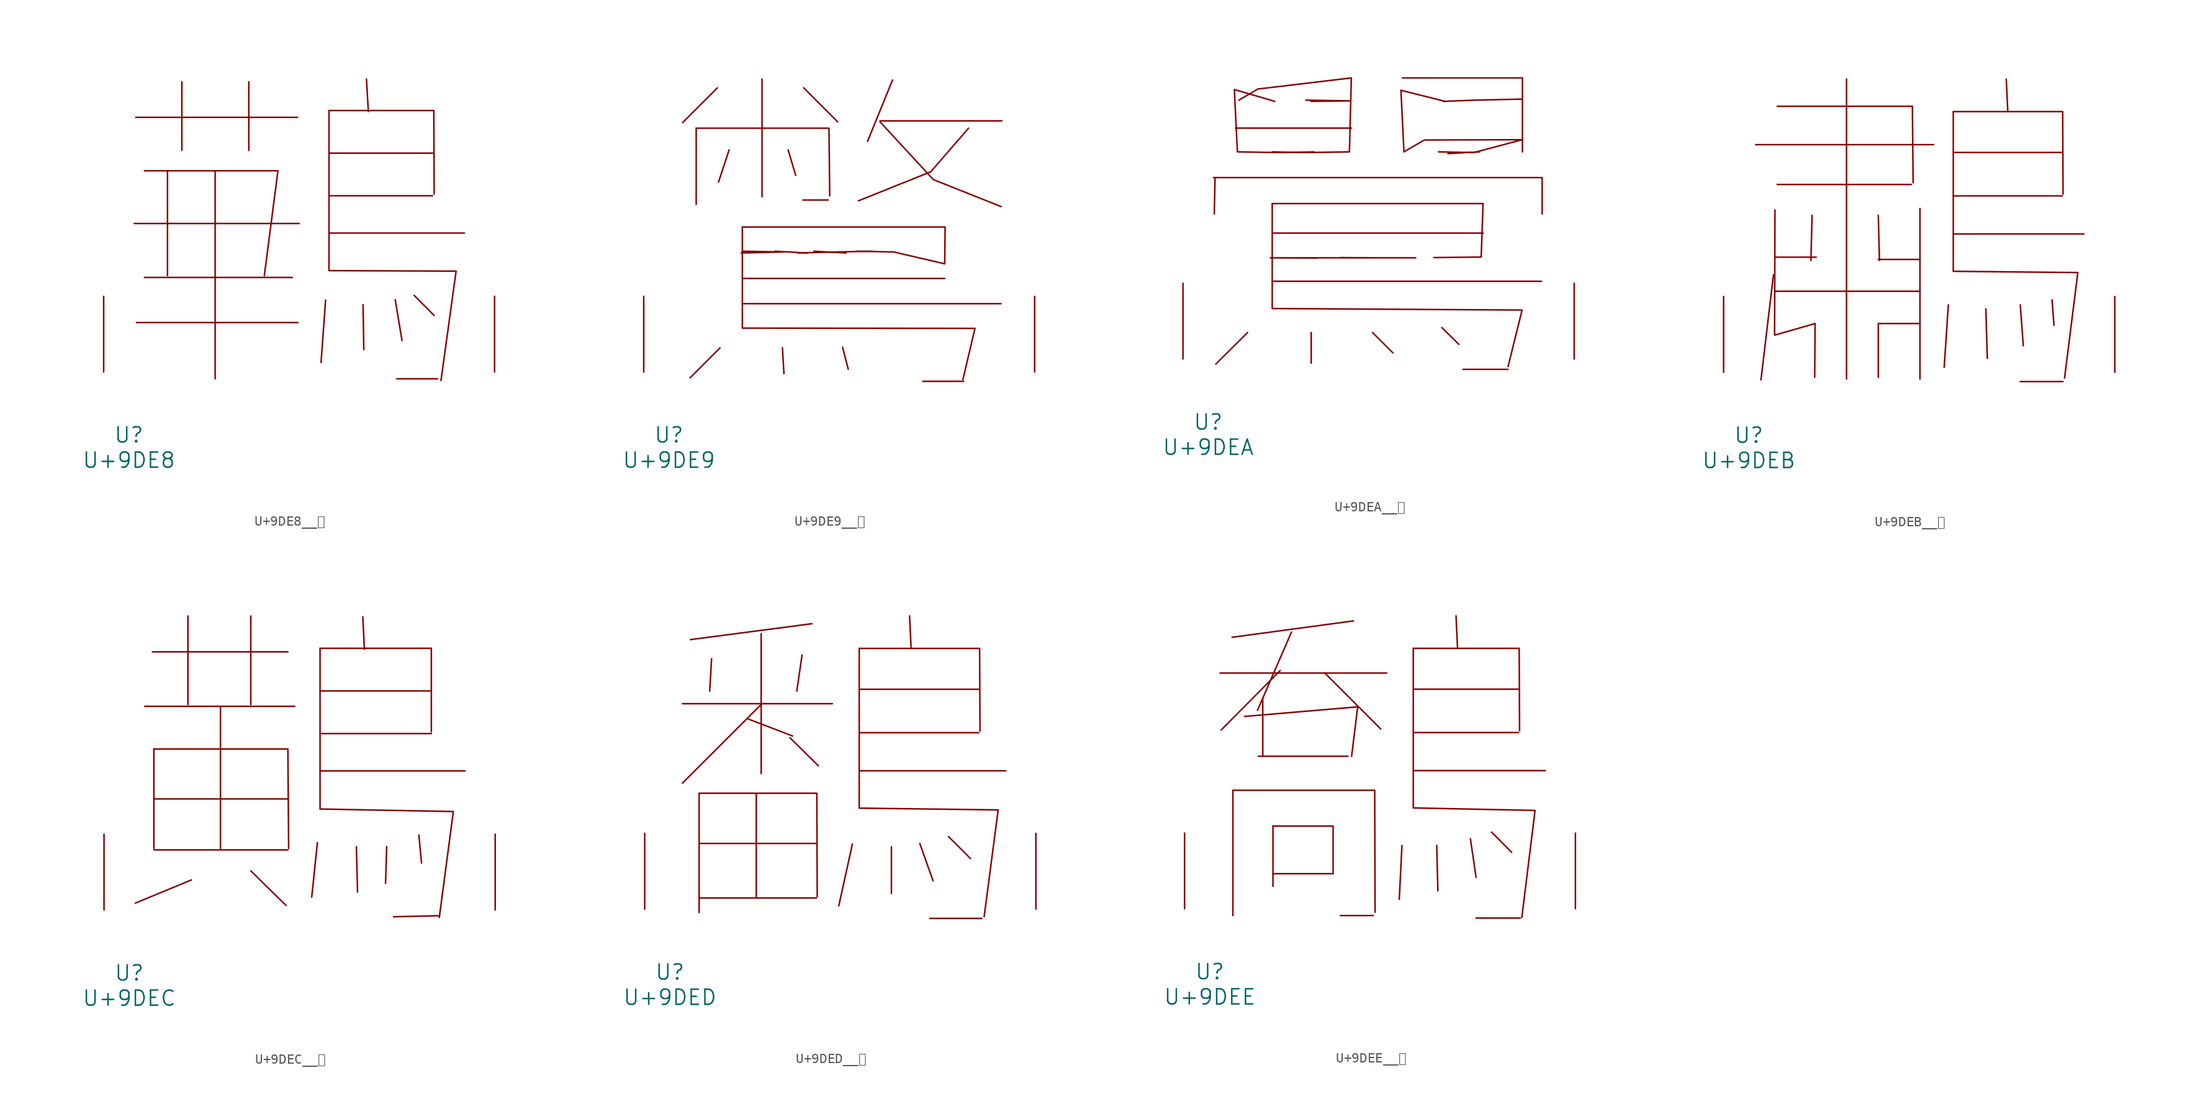
<source format=kicad_sym>
(kicad_symbol_lib
  (version 20231120)
  (generator "kicad_symbol_editor")
  (generator_version "8.0")
  (symbol "U+9DE8__鷨"
    (pin_names
      (offset 1.016))
    (property "Reference" "U"
      (at 0 -6.35 0)
      (effects (font (size 1.524 1.524))))
    (property "Value" "U+9DE8"
      (at 0 -8.89 0)
      (effects (font (size 1.524 1.524))))
    (symbol "U+9DE8__鷨_0_1"
      (polyline (pts (xy 0.533 14.961) (xy 17.145 14.961)) (stroke (width 0) (type solid)) (fill (type none)))
      (polyline (pts (xy 0.686 25.654) (xy 16.993 25.654)) (stroke (width 0) (type solid)) (fill (type none)))
      (polyline (pts (xy 0.762 4.978) (xy 17.031 4.978)) (stroke (width 0) (type solid)) (fill (type none)))
      (polyline (pts (xy 1.562 9.525) (xy 16.459 9.525)) (stroke (width 0) (type solid)) (fill (type none)))
      (polyline (pts (xy 3.886 20.269) (xy 3.886 9.703)) (stroke (width 0) (type solid)) (fill (type none)))
      (polyline (pts (xy 5.334 29.235) (xy 5.334 22.327)) (stroke (width 0) (type solid)) (fill (type none)))
      (polyline (pts (xy 8.687 20.269) (xy 8.687 -0.686)) (stroke (width 0) (type solid)) (fill (type none)))
      (polyline (pts (xy 12.078 29.235) (xy 12.078 22.327)) (stroke (width 0) (type solid)) (fill (type none)))
      (polyline (pts (xy 19.812 7.239) (xy 19.355 0.965)) (stroke (width 0) (type solid)) (fill (type none)))
      (polyline (pts (xy 20.155 13.995) (xy 33.795 13.995)) (stroke (width 0) (type solid)) (fill (type none)))
      (polyline (pts (xy 20.155 17.755) (xy 30.594 17.755)) (stroke (width 0) (type solid)) (fill (type none)))
      (polyline (pts (xy 20.155 22.047) (xy 30.594 22.047)) (stroke (width 0) (type solid)) (fill (type none)))
      (polyline (pts (xy 23.584 6.782) (xy 23.66 2.261)) (stroke (width 0) (type solid)) (fill (type none)))
      (polyline (pts (xy 23.927 29.515) (xy 24.117 26.238)) (stroke (width 0) (type solid)) (fill (type none)))
      (polyline (pts (xy 26.822 7.29) (xy 27.508 3.175)) (stroke (width 0) (type solid)) (fill (type none)))
      (polyline (pts (xy 28.727 7.722) (xy 30.747 5.69)) (stroke (width 0) (type solid)) (fill (type none)))
      (polyline (pts (xy 31.09 -0.686) (xy 26.975 -0.686)) (stroke (width 0) (type solid)) (fill (type none)))
      (polyline (pts (xy 1.562 20.269) (xy 15.011 20.269) (xy 13.64 9.703)) (stroke (width 0) (type solid)) (fill (type none)))
      (polyline (pts (xy 20.155 26.34) (xy 30.709 26.34) (xy 30.747 17.932)) (stroke (width 0) (type solid)) (fill (type none)))
      (polyline (pts (xy 20.155 26.34) (xy 20.155 10.211) (xy 32.956 10.16) (xy 31.433 -0.864)) (stroke (width 0) (type solid)) (fill (type none)))
      (pin input line (at -2.54 0 90) (length 7.62) (name "~" (effects (font (size 1.27 1.27)))) (number "~" (effects (font (size 1.27 1.27)))))
      (pin input line (at 36.83 0 90) (length 7.62) (name "~" (effects (font (size 1.27 1.27)))) (number "~" (effects (font (size 1.27 1.27)))))))
  (symbol "U+9DE9__鷩"
    (pin_names
      (offset 1.016))
    (property "Reference" "U"
      (at 0 -6.35 0)
      (effects (font (size 1.524 1.524))))
    (property "Value" "U+9DE9"
      (at 0 -8.89 0)
      (effects (font (size 1.524 1.524))))
    (symbol "U+9DE9__鷩_0_1"
      (polyline (pts (xy 2.743 24.562) (xy 2.743 16.891)) (stroke (width 0) (type solid)) (fill (type none)))
      (polyline (pts (xy 4.877 28.626) (xy 1.372 25.121)) (stroke (width 0) (type solid)) (fill (type none)))
      (polyline (pts (xy 5.144 2.438) (xy 2.134 -0.584)) (stroke (width 0) (type solid)) (fill (type none)))
      (polyline (pts (xy 6.058 22.377) (xy 4.991 19.126)) (stroke (width 0) (type solid)) (fill (type none)))
      (polyline (pts (xy 7.391 6.883) (xy 33.452 6.883)) (stroke (width 0) (type solid)) (fill (type none)))
      (polyline (pts (xy 7.391 9.423) (xy 27.775 9.423)) (stroke (width 0) (type solid)) (fill (type none)))
      (polyline (pts (xy 9.373 29.515) (xy 9.373 17.653)) (stroke (width 0) (type solid)) (fill (type none)))
      (polyline (pts (xy 11.43 2.438) (xy 11.582 -0.178)) (stroke (width 0) (type solid)) (fill (type none)))
      (polyline (pts (xy 12.002 22.377) (xy 12.764 19.812)) (stroke (width 0) (type solid)) (fill (type none)))
      (polyline (pts (xy 13.487 17.323) (xy 16.04 17.323)) (stroke (width 0) (type solid)) (fill (type none)))
      (polyline (pts (xy 13.564 28.626) (xy 16.993 25.197)) (stroke (width 0) (type solid)) (fill (type none)))
      (polyline (pts (xy 13.945 11.989) (xy 10.706 12.167)) (stroke (width 0) (type solid)) (fill (type none)))
      (polyline (pts (xy 17.488 2.489) (xy 18.059 0.279)) (stroke (width 0) (type solid)) (fill (type none)))
      (polyline (pts (xy 17.831 11.989) (xy 14.592 12.167)) (stroke (width 0) (type solid)) (fill (type none)))
      (polyline (pts (xy 21.26 25.298) (xy 33.528 25.298)) (stroke (width 0) (type solid)) (fill (type none)))
      (polyline (pts (xy 22.517 29.413) (xy 20.003 23.241)) (stroke (width 0) (type solid)) (fill (type none)))
      (polyline (pts (xy 25.565 -0.94) (xy 29.68 -0.94)) (stroke (width 0) (type solid)) (fill (type none)))
      (polyline (pts (xy 2.743 24.562) (xy 16.116 24.562) (xy 16.192 17.755)) (stroke (width 0) (type solid)) (fill (type none)))
      (polyline (pts (xy 7.391 12.167) (xy 11.468 12.09) (xy 7.277 11.989)) (stroke (width 0) (type solid)) (fill (type none)))
      (polyline (pts (xy 12.954 11.989) (xy 16.688 12.09) (xy 20.498 12.167)) (stroke (width 0) (type solid)) (fill (type none)))
      (polyline (pts (xy 21.26 25.197) (xy 26.632 19.38) (xy 33.452 16.662)) (stroke (width 0) (type solid)) (fill (type none)))
      (polyline (pts (xy 30.175 24.562) (xy 26.365 20.168) (xy 19.088 17.247)) (stroke (width 0) (type solid)) (fill (type none)))
      (polyline (pts (xy 7.391 14.605) (xy 7.391 4.42) (xy 30.823 4.394) (xy 29.604 -0.762)) (stroke (width 0) (type solid)) (fill (type none)))
      (polyline (pts (xy 7.391 14.605) (xy 27.813 14.605) (xy 27.775 10.897) (xy 22.631 12.09) (xy 18.86 12.167)) (stroke (width 0) (type solid)) (fill (type none)))
      (pin input line (at -2.54 0 90) (length 7.62) (name "~" (effects (font (size 1.27 1.27)))) (number "~" (effects (font (size 1.27 1.27)))))
      (pin input line (at 36.83 0 90) (length 7.62) (name "~" (effects (font (size 1.27 1.27)))) (number "~" (effects (font (size 1.27 1.27)))))))
  (symbol "U+9DEA__鷪"
    (pin_names
      (offset 1.016))
    (property "Reference" "U"
      (at 0 -6.35 0)
      (effects (font (size 1.524 1.524))))
    (property "Value" "U+9DEA"
      (at 0 -8.89 0)
      (effects (font (size 1.524 1.524))))
    (symbol "U+9DEA__鷪_0_1"
      (polyline (pts (xy 0.686 18.263) (xy 0.61 14.605)) (stroke (width 0) (type solid)) (fill (type none)))
      (polyline (pts (xy 2.743 23.241) (xy 14.402 23.241)) (stroke (width 0) (type solid)) (fill (type none)))
      (polyline (pts (xy 3.962 2.667) (xy 0.762 -0.508)) (stroke (width 0) (type solid)) (fill (type none)))
      (polyline (pts (xy 6.439 7.823) (xy 33.528 7.823)) (stroke (width 0) (type solid)) (fill (type none)))
      (polyline (pts (xy 6.439 12.675) (xy 27.661 12.675)) (stroke (width 0) (type solid)) (fill (type none)))
      (polyline (pts (xy 10.363 2.667) (xy 10.363 -0.406)) (stroke (width 0) (type solid)) (fill (type none)))
      (polyline (pts (xy 16.535 2.667) (xy 18.593 0.61)) (stroke (width 0) (type solid)) (fill (type none)))
      (polyline (pts (xy 23.508 3.175) (xy 25.222 1.473)) (stroke (width 0) (type solid)) (fill (type none)))
      (polyline (pts (xy 23.66 25.933) (xy 26.937 26.06)) (stroke (width 0) (type solid)) (fill (type none)))
      (polyline (pts (xy 24.117 20.676) (xy 27.318 20.853)) (stroke (width 0) (type solid)) (fill (type none)))
      (polyline (pts (xy 25.641 -1.041) (xy 30.175 -1.041)) (stroke (width 0) (type solid)) (fill (type none)))
      (polyline (pts (xy 31.547 26.162) (xy 26.975 26.06)) (stroke (width 0) (type solid)) (fill (type none)))
      (polyline (pts (xy 0.533 18.263) (xy 33.604 18.263) (xy 33.604 14.605)) (stroke (width 0) (type solid)) (fill (type none)))
      (polyline (pts (xy 10.363 25.933) (xy 14.249 25.984) (xy 9.83 26.06)) (stroke (width 0) (type solid)) (fill (type none)))
      (polyline (pts (xy 19.545 28.296) (xy 31.623 28.296) (xy 31.623 20.853)) (stroke (width 0) (type solid)) (fill (type none)))
      (polyline (pts (xy 6.439 15.646) (xy 6.439 5.08) (xy 31.585 4.928) (xy 30.175 -0.762)) (stroke (width 0) (type solid)) (fill (type none)))
      (polyline (pts (xy 6.439 15.646) (xy 27.661 15.646) (xy 27.47 10.262) (xy 22.708 10.211)) (stroke (width 0) (type solid)) (fill (type none)))
      (polyline (pts (xy 6.706 25.933) (xy 2.629 27.127) (xy 2.934 20.853) (xy 7.277 20.777) (xy 10.63 20.853)) (stroke (width 0) (type solid)) (fill (type none)))
      (polyline (pts (xy 3.086 26.06) (xy 4.991 27.178) (xy 14.402 28.296) (xy 14.211 20.853) (xy 9.792 20.777) (xy 6.439 20.853)) (stroke (width 0) (type solid)) (fill (type none)))
      (polyline (pts (xy 10.973 10.16) (xy 6.248 10.185) (xy 12.002 10.185) (xy 16.497 10.185) (xy 20.879 10.185) (xy 17.297 10.185) (xy 13.297 10.211)) (stroke (width 0) (type solid)) (fill (type none)))
      (polyline (pts (xy 23.851 25.933) (xy 19.393 27.051) (xy 19.698 20.853) (xy 21.755 22.047) (xy 31.585 22.073) (xy 26.708 20.777) (xy 23.165 20.853)) (stroke (width 0) (type solid)) (fill (type none)))
      (pin input line (at -2.54 0 90) (length 7.62) (name "~" (effects (font (size 1.27 1.27)))) (number "~" (effects (font (size 1.27 1.27)))))
      (pin input line (at 36.83 0 90) (length 7.62) (name "~" (effects (font (size 1.27 1.27)))) (number "~" (effects (font (size 1.27 1.27)))))))
  (symbol "U+9DEB__鷫"
    (pin_names
      (offset 1.016))
    (property "Reference" "U"
      (at 0 -6.35 0)
      (effects (font (size 1.524 1.524))))
    (property "Value" "U+9DEB"
      (at 0 -8.89 0)
      (effects (font (size 1.524 1.524))))
    (symbol "U+9DEB__鷫_0_1"
      (polyline (pts (xy 0.686 22.911) (xy 18.593 22.911)) (stroke (width 0) (type solid)) (fill (type none)))
      (polyline (pts (xy 2.477 9.804) (xy 1.219 -0.762)) (stroke (width 0) (type solid)) (fill (type none)))
      (polyline (pts (xy 2.629 8.153) (xy 17.221 8.153)) (stroke (width 0) (type solid)) (fill (type none)))
      (polyline (pts (xy 2.629 11.582) (xy 6.782 11.582)) (stroke (width 0) (type solid)) (fill (type none)))
      (polyline (pts (xy 2.857 18.898) (xy 16.345 18.898)) (stroke (width 0) (type solid)) (fill (type none)))
      (polyline (pts (xy 6.363 15.799) (xy 6.248 11.252)) (stroke (width 0) (type solid)) (fill (type none)))
      (polyline (pts (xy 9.83 29.515) (xy 9.83 -0.686)) (stroke (width 0) (type solid)) (fill (type none)))
      (polyline (pts (xy 13.03 4.902) (xy 13.03 -0.508)) (stroke (width 0) (type solid)) (fill (type none)))
      (polyline (pts (xy 13.03 4.902) (xy 17.221 4.902)) (stroke (width 0) (type solid)) (fill (type none)))
      (polyline (pts (xy 13.03 11.354) (xy 17.221 11.354)) (stroke (width 0) (type solid)) (fill (type none)))
      (polyline (pts (xy 13.03 15.799) (xy 13.145 11.252)) (stroke (width 0) (type solid)) (fill (type none)))
      (polyline (pts (xy 17.221 16.485) (xy 17.221 -0.686)) (stroke (width 0) (type solid)) (fill (type none)))
      (polyline (pts (xy 20.079 6.782) (xy 19.66 0.508)) (stroke (width 0) (type solid)) (fill (type none)))
      (polyline (pts (xy 20.574 13.919) (xy 33.718 13.919)) (stroke (width 0) (type solid)) (fill (type none)))
      (polyline (pts (xy 20.574 17.755) (xy 31.547 17.755)) (stroke (width 0) (type solid)) (fill (type none)))
      (polyline (pts (xy 20.574 22.123) (xy 31.547 22.123)) (stroke (width 0) (type solid)) (fill (type none)))
      (polyline (pts (xy 23.851 6.375) (xy 24.003 1.397)) (stroke (width 0) (type solid)) (fill (type none)))
      (polyline (pts (xy 25.908 29.515) (xy 26.06 26.238)) (stroke (width 0) (type solid)) (fill (type none)))
      (polyline (pts (xy 27.318 -0.94) (xy 31.623 -0.94)) (stroke (width 0) (type solid)) (fill (type none)))
      (polyline (pts (xy 27.318 6.782) (xy 27.622 2.667)) (stroke (width 0) (type solid)) (fill (type none)))
      (polyline (pts (xy 30.518 7.29) (xy 30.709 4.724)) (stroke (width 0) (type solid)) (fill (type none)))
      (polyline (pts (xy 2.857 26.772) (xy 16.459 26.772) (xy 16.535 19.075)) (stroke (width 0) (type solid)) (fill (type none)))
      (polyline (pts (xy 20.574 26.238) (xy 31.585 26.238) (xy 31.623 17.932)) (stroke (width 0) (type solid)) (fill (type none)))
      (polyline (pts (xy 2.629 16.332) (xy 2.591 3.734) (xy 6.668 4.902) (xy 6.629 -0.508)) (stroke (width 0) (type solid)) (fill (type none)))
      (polyline (pts (xy 20.574 26.238) (xy 20.574 10.16) (xy 33.109 10.033) (xy 31.775 -0.584)) (stroke (width 0) (type solid)) (fill (type none)))
      (pin input line (at -2.54 0 90) (length 7.62) (name "~" (effects (font (size 1.27 1.27)))) (number "~" (effects (font (size 1.27 1.27)))))
      (pin input line (at 36.83 0 90) (length 7.62) (name "~" (effects (font (size 1.27 1.27)))) (number "~" (effects (font (size 1.27 1.27)))))))
  (symbol "U+9DEC__鷬"
    (pin_names
      (offset 1.016))
    (property "Reference" "U"
      (at 0 -6.35 0)
      (effects (font (size 1.524 1.524))))
    (property "Value" "U+9DEC"
      (at 0 -8.89 0)
      (effects (font (size 1.524 1.524))))
    (symbol "U+9DEC__鷬_0_1"
      (polyline (pts (xy 1.562 20.498) (xy 16.65 20.498)) (stroke (width 0) (type solid)) (fill (type none)))
      (polyline (pts (xy 2.324 25.984) (xy 15.964 25.984)) (stroke (width 0) (type solid)) (fill (type none)))
      (polyline (pts (xy 2.477 6.045) (xy 15.964 6.045)) (stroke (width 0) (type solid)) (fill (type none)))
      (polyline (pts (xy 2.477 11.176) (xy 15.964 11.176)) (stroke (width 0) (type solid)) (fill (type none)))
      (polyline (pts (xy 2.477 16.205) (xy 2.477 6.198)) (stroke (width 0) (type solid)) (fill (type none)))
      (polyline (pts (xy 5.905 29.591) (xy 5.905 20.676)) (stroke (width 0) (type solid)) (fill (type none)))
      (polyline (pts (xy 6.248 3.023) (xy 0.61 0.686)) (stroke (width 0) (type solid)) (fill (type none)))
      (polyline (pts (xy 9.182 20.498) (xy 9.182 6.198)) (stroke (width 0) (type solid)) (fill (type none)))
      (polyline (pts (xy 12.23 3.937) (xy 15.773 0.457)) (stroke (width 0) (type solid)) (fill (type none)))
      (polyline (pts (xy 12.23 29.591) (xy 12.23 20.676)) (stroke (width 0) (type solid)) (fill (type none)))
      (polyline (pts (xy 18.936 6.782) (xy 18.364 1.295)) (stroke (width 0) (type solid)) (fill (type none)))
      (polyline (pts (xy 19.202 13.995) (xy 33.795 13.995)) (stroke (width 0) (type solid)) (fill (type none)))
      (polyline (pts (xy 19.202 17.755) (xy 30.404 17.755)) (stroke (width 0) (type solid)) (fill (type none)))
      (polyline (pts (xy 19.202 22.047) (xy 30.404 22.047)) (stroke (width 0) (type solid)) (fill (type none)))
      (polyline (pts (xy 22.86 6.375) (xy 22.974 1.803)) (stroke (width 0) (type solid)) (fill (type none)))
      (polyline (pts (xy 23.508 29.515) (xy 23.66 26.238)) (stroke (width 0) (type solid)) (fill (type none)))
      (polyline (pts (xy 25.908 6.375) (xy 25.794 2.667)) (stroke (width 0) (type solid)) (fill (type none)))
      (polyline (pts (xy 29.146 7.544) (xy 29.413 4.724)) (stroke (width 0) (type solid)) (fill (type none)))
      (polyline (pts (xy 31.09 -0.584) (xy 26.594 -0.686)) (stroke (width 0) (type solid)) (fill (type none)))
      (polyline (pts (xy 2.477 16.205) (xy 15.964 16.205) (xy 16.04 6.198)) (stroke (width 0) (type solid)) (fill (type none)))
      (polyline (pts (xy 19.202 26.34) (xy 30.404 26.34) (xy 30.404 17.932)) (stroke (width 0) (type solid)) (fill (type none)))
      (polyline (pts (xy 19.202 26.34) (xy 19.202 10.16) (xy 32.614 9.906) (xy 31.204 -0.762)) (stroke (width 0) (type solid)) (fill (type none)))
      (pin input line (at -2.54 0 90) (length 7.62) (name "~" (effects (font (size 1.27 1.27)))) (number "~" (effects (font (size 1.27 1.27)))))
      (pin input line (at 36.83 0 90) (length 7.62) (name "~" (effects (font (size 1.27 1.27)))) (number "~" (effects (font (size 1.27 1.27)))))))
  (symbol "U+9DED__鷭"
    (pin_names
      (offset 1.016))
    (property "Reference" "U"
      (at 0 -6.35 0)
      (effects (font (size 1.524 1.524))))
    (property "Value" "U+9DED"
      (at 0 -8.89 0)
      (effects (font (size 1.524 1.524))))
    (symbol "U+9DED__鷭_0_1"
      (polyline (pts (xy 1.257 20.676) (xy 16.345 20.676)) (stroke (width 0) (type solid)) (fill (type none)))
      (polyline (pts (xy 2.934 1.118) (xy 14.745 1.118)) (stroke (width 0) (type solid)) (fill (type none)))
      (polyline (pts (xy 2.934 6.604) (xy 14.745 6.604)) (stroke (width 0) (type solid)) (fill (type none)))
      (polyline (pts (xy 2.934 11.659) (xy 2.934 -0.356)) (stroke (width 0) (type solid)) (fill (type none)))
      (polyline (pts (xy 4.191 25.197) (xy 4 21.946)) (stroke (width 0) (type solid)) (fill (type none)))
      (polyline (pts (xy 7.887 19.126) (xy 12.344 17.424)) (stroke (width 0) (type solid)) (fill (type none)))
      (polyline (pts (xy 8.687 11.659) (xy 8.687 1.245)) (stroke (width 0) (type solid)) (fill (type none)))
      (polyline (pts (xy 9.182 27.711) (xy 9.182 13.64)) (stroke (width 0) (type solid)) (fill (type none)))
      (polyline (pts (xy 9.258 20.676) (xy 1.257 12.675)) (stroke (width 0) (type solid)) (fill (type none)))
      (polyline (pts (xy 12.078 17.247) (xy 14.935 14.427)) (stroke (width 0) (type solid)) (fill (type none)))
      (polyline (pts (xy 13.297 25.578) (xy 12.764 21.946)) (stroke (width 0) (type solid)) (fill (type none)))
      (polyline (pts (xy 14.287 28.727) (xy 2.057 27.127)) (stroke (width 0) (type solid)) (fill (type none)))
      (polyline (pts (xy 18.364 6.553) (xy 16.993 0.33)) (stroke (width 0) (type solid)) (fill (type none)))
      (polyline (pts (xy 19.05 13.919) (xy 33.795 13.919)) (stroke (width 0) (type solid)) (fill (type none)))
      (polyline (pts (xy 19.05 17.755) (xy 31.09 17.755)) (stroke (width 0) (type solid)) (fill (type none)))
      (polyline (pts (xy 19.05 22.123) (xy 31.09 22.123)) (stroke (width 0) (type solid)) (fill (type none)))
      (polyline (pts (xy 22.288 6.274) (xy 22.288 1.575)) (stroke (width 0) (type solid)) (fill (type none)))
      (polyline (pts (xy 24.117 29.515) (xy 24.27 26.238)) (stroke (width 0) (type solid)) (fill (type none)))
      (polyline (pts (xy 25.146 6.604) (xy 26.48 2.845)) (stroke (width 0) (type solid)) (fill (type none)))
      (polyline (pts (xy 26.137 -0.94) (xy 31.394 -0.94)) (stroke (width 0) (type solid)) (fill (type none)))
      (polyline (pts (xy 28.042 7.29) (xy 30.251 5.08)) (stroke (width 0) (type solid)) (fill (type none)))
      (polyline (pts (xy 2.934 11.659) (xy 14.783 11.659) (xy 14.821 1.245)) (stroke (width 0) (type solid)) (fill (type none)))
      (polyline (pts (xy 19.05 26.238) (xy 31.166 26.238) (xy 31.204 17.932)) (stroke (width 0) (type solid)) (fill (type none)))
      (polyline (pts (xy 19.05 26.238) (xy 19.05 10.16) (xy 33.033 9.982) (xy 31.623 -0.762)) (stroke (width 0) (type solid)) (fill (type none)))
      (pin input line (at -2.54 0 90) (length 7.62) (name "~" (effects (font (size 1.27 1.27)))) (number "~" (effects (font (size 1.27 1.27)))))
      (pin input line (at 36.83 0 90) (length 7.62) (name "~" (effects (font (size 1.27 1.27)))) (number "~" (effects (font (size 1.27 1.27)))))))
  (symbol "U+9DEE__鷮"
    (pin_names
      (offset 1.016))
    (property "Reference" "U"
      (at 0 -6.35 0)
      (effects (font (size 1.524 1.524))))
    (property "Value" "U+9DEE"
      (at 0 -8.89 0)
      (effects (font (size 1.524 1.524))))
    (symbol "U+9DEE__鷮_0_1"
      (polyline (pts (xy 1.029 23.749) (xy 17.831 23.749)) (stroke (width 0) (type solid)) (fill (type none)))
      (polyline (pts (xy 2.324 11.938) (xy 2.324 -0.686)) (stroke (width 0) (type solid)) (fill (type none)))
      (polyline (pts (xy 4.877 15.367) (xy 13.906 15.367)) (stroke (width 0) (type solid)) (fill (type none)))
      (polyline (pts (xy 5.334 21.26) (xy 5.334 15.367)) (stroke (width 0) (type solid)) (fill (type none)))
      (polyline (pts (xy 6.363 3.531) (xy 12.421 3.531)) (stroke (width 0) (type solid)) (fill (type none)))
      (polyline (pts (xy 6.363 8.331) (xy 6.363 2.261)) (stroke (width 0) (type solid)) (fill (type none)))
      (polyline (pts (xy 7.087 24.003) (xy 1.143 18.009)) (stroke (width 0) (type solid)) (fill (type none)))
      (polyline (pts (xy 8.23 27.889) (xy 4.801 19.99)) (stroke (width 0) (type solid)) (fill (type none)))
      (polyline (pts (xy 11.582 23.749) (xy 17.221 18.11)) (stroke (width 0) (type solid)) (fill (type none)))
      (polyline (pts (xy 13.145 -0.686) (xy 16.459 -0.686)) (stroke (width 0) (type solid)) (fill (type none)))
      (polyline (pts (xy 14.478 29.007) (xy 2.248 27.356)) (stroke (width 0) (type solid)) (fill (type none)))
      (polyline (pts (xy 19.355 6.375) (xy 19.088 0.965)) (stroke (width 0) (type solid)) (fill (type none)))
      (polyline (pts (xy 20.498 13.919) (xy 33.795 13.919)) (stroke (width 0) (type solid)) (fill (type none)))
      (polyline (pts (xy 20.498 17.755) (xy 31.09 17.755)) (stroke (width 0) (type solid)) (fill (type none)))
      (polyline (pts (xy 20.498 22.123) (xy 31.09 22.123)) (stroke (width 0) (type solid)) (fill (type none)))
      (polyline (pts (xy 22.86 6.375) (xy 22.974 1.803)) (stroke (width 0) (type solid)) (fill (type none)))
      (polyline (pts (xy 24.803 29.515) (xy 24.956 26.238)) (stroke (width 0) (type solid)) (fill (type none)))
      (polyline (pts (xy 26.251 7.061) (xy 26.822 3.175)) (stroke (width 0) (type solid)) (fill (type none)))
      (polyline (pts (xy 26.822 -0.94) (xy 31.28 -0.94)) (stroke (width 0) (type solid)) (fill (type none)))
      (polyline (pts (xy 28.384 7.722) (xy 30.404 5.69)) (stroke (width 0) (type solid)) (fill (type none)))
      (polyline (pts (xy 2.324 11.938) (xy 16.612 11.938) (xy 16.65 -0.356)) (stroke (width 0) (type solid)) (fill (type none)))
      (polyline (pts (xy 3.505 19.38) (xy 14.897 20.345) (xy 14.287 15.367)) (stroke (width 0) (type solid)) (fill (type none)))
      (polyline (pts (xy 6.363 8.331) (xy 12.421 8.331) (xy 12.421 3.607)) (stroke (width 0) (type solid)) (fill (type none)))
      (polyline (pts (xy 20.498 26.238) (xy 31.166 26.238) (xy 31.204 17.932)) (stroke (width 0) (type solid)) (fill (type none)))
      (polyline (pts (xy 20.498 26.238) (xy 20.498 10.16) (xy 32.766 9.906) (xy 31.433 -0.864)) (stroke (width 0) (type solid)) (fill (type none)))
      (pin input line (at -2.54 0 90) (length 7.62) (name "~" (effects (font (size 1.27 1.27)))) (number "~" (effects (font (size 1.27 1.27)))))
      (pin input line (at 36.83 0 90) (length 7.62) (name "~" (effects (font (size 1.27 1.27)))) (number "~" (effects (font (size 1.27 1.27))))))))
</source>
